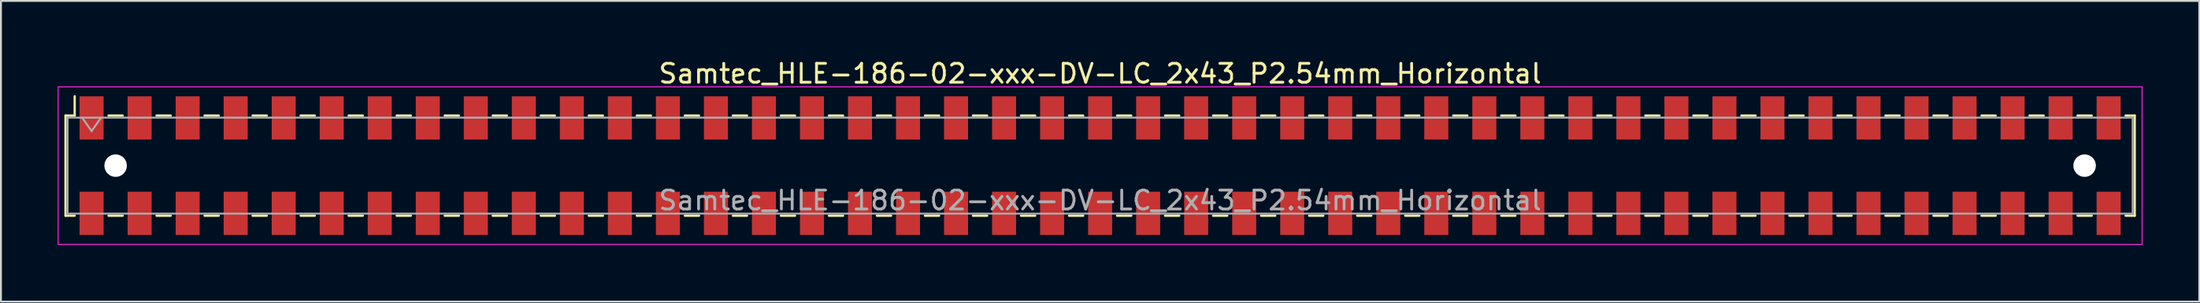
<source format=kicad_pcb>
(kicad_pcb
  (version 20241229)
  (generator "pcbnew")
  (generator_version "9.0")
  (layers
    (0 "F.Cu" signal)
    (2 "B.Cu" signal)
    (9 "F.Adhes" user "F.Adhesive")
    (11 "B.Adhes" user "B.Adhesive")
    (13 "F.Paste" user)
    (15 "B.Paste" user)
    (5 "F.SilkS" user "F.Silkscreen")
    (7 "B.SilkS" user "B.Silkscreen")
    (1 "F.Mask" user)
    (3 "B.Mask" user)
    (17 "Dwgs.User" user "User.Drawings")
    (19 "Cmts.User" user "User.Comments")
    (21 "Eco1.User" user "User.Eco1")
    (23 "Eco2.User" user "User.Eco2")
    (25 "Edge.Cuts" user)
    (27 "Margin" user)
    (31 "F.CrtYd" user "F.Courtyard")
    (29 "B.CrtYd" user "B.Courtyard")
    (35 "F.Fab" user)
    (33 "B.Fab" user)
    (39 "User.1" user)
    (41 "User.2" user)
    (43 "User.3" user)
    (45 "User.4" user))
  (footprint "Samtec_HLE-186-02-xxx-DV-LC_2x43_P2.54mm_Horizontal"
    (layer "F.Cu")
    (at 55.135 5.718)
    (property "Reference" "Samtec_HLE-186-02-xxx-DV-LC_2x43_P2.54mm_Horizontal" (at 0 -4.87 0) (layer "F.SilkS") (effects (font (size 1 1) (thickness 0.15))))
    (attr smd)
    (fp_line (start -54.72 -2.65) (end -54.72 2.65) (stroke (width 0.12) (type solid)) (layer "F.SilkS"))
    (fp_line (start -54.72 2.65) (end -54.235 2.65) (stroke (width 0.12) (type solid)) (layer "F.SilkS"))
    (fp_line (start -54.235 -3.67) (end -54.235 -2.65) (stroke (width 0.12) (type solid)) (layer "F.SilkS"))
    (fp_line (start -54.235 -2.65) (end -54.72 -2.65) (stroke (width 0.12) (type solid)) (layer "F.SilkS"))
    (fp_line (start -52.445 -2.65) (end -51.695 -2.65) (stroke (width 0.12) (type solid)) (layer "F.SilkS"))
    (fp_line (start -52.445 2.65) (end -51.695 2.65) (stroke (width 0.12) (type solid)) (layer "F.SilkS"))
    (fp_line (start -49.905 -2.65) (end -49.155 -2.65) (stroke (width 0.12) (type solid)) (layer "F.SilkS"))
    (fp_line (start -49.905 2.65) (end -49.155 2.65) (stroke (width 0.12) (type solid)) (layer "F.SilkS"))
    (fp_line (start -47.365 -2.65) (end -46.615 -2.65) (stroke (width 0.12) (type solid)) (layer "F.SilkS"))
    (fp_line (start -47.365 2.65) (end -46.615 2.65) (stroke (width 0.12) (type solid)) (layer "F.SilkS"))
    (fp_line (start -44.825 -2.65) (end -44.075 -2.65) (stroke (width 0.12) (type solid)) (layer "F.SilkS"))
    (fp_line (start -44.825 2.65) (end -44.075 2.65) (stroke (width 0.12) (type solid)) (layer "F.SilkS"))
    (fp_line (start -42.285 -2.65) (end -41.535 -2.65) (stroke (width 0.12) (type solid)) (layer "F.SilkS"))
    (fp_line (start -42.285 2.65) (end -41.535 2.65) (stroke (width 0.12) (type solid)) (layer "F.SilkS"))
    (fp_line (start -39.745 -2.65) (end -38.995 -2.65) (stroke (width 0.12) (type solid)) (layer "F.SilkS"))
    (fp_line (start -39.745 2.65) (end -38.995 2.65) (stroke (width 0.12) (type solid)) (layer "F.SilkS"))
    (fp_line (start -37.205 -2.65) (end -36.455 -2.65) (stroke (width 0.12) (type solid)) (layer "F.SilkS"))
    (fp_line (start -37.205 2.65) (end -36.455 2.65) (stroke (width 0.12) (type solid)) (layer "F.SilkS"))
    (fp_line (start -34.665 -2.65) (end -33.915 -2.65) (stroke (width 0.12) (type solid)) (layer "F.SilkS"))
    (fp_line (start -34.665 2.65) (end -33.915 2.65) (stroke (width 0.12) (type solid)) (layer "F.SilkS"))
    (fp_line (start -32.125 -2.65) (end -31.375 -2.65) (stroke (width 0.12) (type solid)) (layer "F.SilkS"))
    (fp_line (start -32.125 2.65) (end -31.375 2.65) (stroke (width 0.12) (type solid)) (layer "F.SilkS"))
    (fp_line (start -29.585 -2.65) (end -28.835 -2.65) (stroke (width 0.12) (type solid)) (layer "F.SilkS"))
    (fp_line (start -29.585 2.65) (end -28.835 2.65) (stroke (width 0.12) (type solid)) (layer "F.SilkS"))
    (fp_line (start -27.045 -2.65) (end -26.295 -2.65) (stroke (width 0.12) (type solid)) (layer "F.SilkS"))
    (fp_line (start -27.045 2.65) (end -26.295 2.65) (stroke (width 0.12) (type solid)) (layer "F.SilkS"))
    (fp_line (start -24.505 -2.65) (end -23.755 -2.65) (stroke (width 0.12) (type solid)) (layer "F.SilkS"))
    (fp_line (start -24.505 2.65) (end -23.755 2.65) (stroke (width 0.12) (type solid)) (layer "F.SilkS"))
    (fp_line (start -21.965 -2.65) (end -21.215 -2.65) (stroke (width 0.12) (type solid)) (layer "F.SilkS"))
    (fp_line (start -21.965 2.65) (end -21.215 2.65) (stroke (width 0.12) (type solid)) (layer "F.SilkS"))
    (fp_line (start -19.425 -2.65) (end -18.675 -2.65) (stroke (width 0.12) (type solid)) (layer "F.SilkS"))
    (fp_line (start -19.425 2.65) (end -18.675 2.65) (stroke (width 0.12) (type solid)) (layer "F.SilkS"))
    (fp_line (start -16.885 -2.65) (end -16.135 -2.65) (stroke (width 0.12) (type solid)) (layer "F.SilkS"))
    (fp_line (start -16.885 2.65) (end -16.135 2.65) (stroke (width 0.12) (type solid)) (layer "F.SilkS"))
    (fp_line (start -14.345 -2.65) (end -13.595 -2.65) (stroke (width 0.12) (type solid)) (layer "F.SilkS"))
    (fp_line (start -14.345 2.65) (end -13.595 2.65) (stroke (width 0.12) (type solid)) (layer "F.SilkS"))
    (fp_line (start -11.805 -2.65) (end -11.055 -2.65) (stroke (width 0.12) (type solid)) (layer "F.SilkS"))
    (fp_line (start -11.805 2.65) (end -11.055 2.65) (stroke (width 0.12) (type solid)) (layer "F.SilkS"))
    (fp_line (start -9.265 -2.65) (end -8.515 -2.65) (stroke (width 0.12) (type solid)) (layer "F.SilkS"))
    (fp_line (start -9.265 2.65) (end -8.515 2.65) (stroke (width 0.12) (type solid)) (layer "F.SilkS"))
    (fp_line (start -6.725 -2.65) (end -5.975 -2.65) (stroke (width 0.12) (type solid)) (layer "F.SilkS"))
    (fp_line (start -6.725 2.65) (end -5.975 2.65) (stroke (width 0.12) (type solid)) (layer "F.SilkS"))
    (fp_line (start -4.185 -2.65) (end -3.435 -2.65) (stroke (width 0.12) (type solid)) (layer "F.SilkS"))
    (fp_line (start -4.185 2.65) (end -3.435 2.65) (stroke (width 0.12) (type solid)) (layer "F.SilkS"))
    (fp_line (start -1.645 -2.65) (end -0.895 -2.65) (stroke (width 0.12) (type solid)) (layer "F.SilkS"))
    (fp_line (start -1.645 2.65) (end -0.895 2.65) (stroke (width 0.12) (type solid)) (layer "F.SilkS"))
    (fp_line (start 0.895 -2.65) (end 1.645 -2.65) (stroke (width 0.12) (type solid)) (layer "F.SilkS"))
    (fp_line (start 0.895 2.65) (end 1.645 2.65) (stroke (width 0.12) (type solid)) (layer "F.SilkS"))
    (fp_line (start 3.435 -2.65) (end 4.185 -2.65) (stroke (width 0.12) (type solid)) (layer "F.SilkS"))
    (fp_line (start 3.435 2.65) (end 4.185 2.65) (stroke (width 0.12) (type solid)) (layer "F.SilkS"))
    (fp_line (start 5.975 -2.65) (end 6.725 -2.65) (stroke (width 0.12) (type solid)) (layer "F.SilkS"))
    (fp_line (start 5.975 2.65) (end 6.725 2.65) (stroke (width 0.12) (type solid)) (layer "F.SilkS"))
    (fp_line (start 8.515 -2.65) (end 9.265 -2.65) (stroke (width 0.12) (type solid)) (layer "F.SilkS"))
    (fp_line (start 8.515 2.65) (end 9.265 2.65) (stroke (width 0.12) (type solid)) (layer "F.SilkS"))
    (fp_line (start 11.055 -2.65) (end 11.805 -2.65) (stroke (width 0.12) (type solid)) (layer "F.SilkS"))
    (fp_line (start 11.055 2.65) (end 11.805 2.65) (stroke (width 0.12) (type solid)) (layer "F.SilkS"))
    (fp_line (start 13.595 -2.65) (end 14.345 -2.65) (stroke (width 0.12) (type solid)) (layer "F.SilkS"))
    (fp_line (start 13.595 2.65) (end 14.345 2.65) (stroke (width 0.12) (type solid)) (layer "F.SilkS"))
    (fp_line (start 16.135 -2.65) (end 16.885 -2.65) (stroke (width 0.12) (type solid)) (layer "F.SilkS"))
    (fp_line (start 16.135 2.65) (end 16.885 2.65) (stroke (width 0.12) (type solid)) (layer "F.SilkS"))
    (fp_line (start 18.675 -2.65) (end 19.425 -2.65) (stroke (width 0.12) (type solid)) (layer "F.SilkS"))
    (fp_line (start 18.675 2.65) (end 19.425 2.65) (stroke (width 0.12) (type solid)) (layer "F.SilkS"))
    (fp_line (start 21.215 -2.65) (end 21.965 -2.65) (stroke (width 0.12) (type solid)) (layer "F.SilkS"))
    (fp_line (start 21.215 2.65) (end 21.965 2.65) (stroke (width 0.12) (type solid)) (layer "F.SilkS"))
    (fp_line (start 23.755 -2.65) (end 24.505 -2.65) (stroke (width 0.12) (type solid)) (layer "F.SilkS"))
    (fp_line (start 23.755 2.65) (end 24.505 2.65) (stroke (width 0.12) (type solid)) (layer "F.SilkS"))
    (fp_line (start 26.295 -2.65) (end 27.045 -2.65) (stroke (width 0.12) (type solid)) (layer "F.SilkS"))
    (fp_line (start 26.295 2.65) (end 27.045 2.65) (stroke (width 0.12) (type solid)) (layer "F.SilkS"))
    (fp_line (start 28.835 -2.65) (end 29.585 -2.65) (stroke (width 0.12) (type solid)) (layer "F.SilkS"))
    (fp_line (start 28.835 2.65) (end 29.585 2.65) (stroke (width 0.12) (type solid)) (layer "F.SilkS"))
    (fp_line (start 31.375 -2.65) (end 32.125 -2.65) (stroke (width 0.12) (type solid)) (layer "F.SilkS"))
    (fp_line (start 31.375 2.65) (end 32.125 2.65) (stroke (width 0.12) (type solid)) (layer "F.SilkS"))
    (fp_line (start 33.915 -2.65) (end 34.665 -2.65) (stroke (width 0.12) (type solid)) (layer "F.SilkS"))
    (fp_line (start 33.915 2.65) (end 34.665 2.65) (stroke (width 0.12) (type solid)) (layer "F.SilkS"))
    (fp_line (start 36.455 -2.65) (end 37.205 -2.65) (stroke (width 0.12) (type solid)) (layer "F.SilkS"))
    (fp_line (start 36.455 2.65) (end 37.205 2.65) (stroke (width 0.12) (type solid)) (layer "F.SilkS"))
    (fp_line (start 38.995 -2.65) (end 39.745 -2.65) (stroke (width 0.12) (type solid)) (layer "F.SilkS"))
    (fp_line (start 38.995 2.65) (end 39.745 2.65) (stroke (width 0.12) (type solid)) (layer "F.SilkS"))
    (fp_line (start 41.535 -2.65) (end 42.285 -2.65) (stroke (width 0.12) (type solid)) (layer "F.SilkS"))
    (fp_line (start 41.535 2.65) (end 42.285 2.65) (stroke (width 0.12) (type solid)) (layer "F.SilkS"))
    (fp_line (start 44.075 -2.65) (end 44.825 -2.65) (stroke (width 0.12) (type solid)) (layer "F.SilkS"))
    (fp_line (start 44.075 2.65) (end 44.825 2.65) (stroke (width 0.12) (type solid)) (layer "F.SilkS"))
    (fp_line (start 46.615 -2.65) (end 47.365 -2.65) (stroke (width 0.12) (type solid)) (layer "F.SilkS"))
    (fp_line (start 46.615 2.65) (end 47.365 2.65) (stroke (width 0.12) (type solid)) (layer "F.SilkS"))
    (fp_line (start 49.155 -2.65) (end 49.905 -2.65) (stroke (width 0.12) (type solid)) (layer "F.SilkS"))
    (fp_line (start 49.155 2.65) (end 49.905 2.65) (stroke (width 0.12) (type solid)) (layer "F.SilkS"))
    (fp_line (start 51.695 -2.65) (end 52.445 -2.65) (stroke (width 0.12) (type solid)) (layer "F.SilkS"))
    (fp_line (start 51.695 2.65) (end 52.445 2.65) (stroke (width 0.12) (type solid)) (layer "F.SilkS"))
    (fp_line (start 54.235 -2.65) (end 54.72 -2.65) (stroke (width 0.12) (type solid)) (layer "F.SilkS"))
    (fp_line (start 54.72 -2.65) (end 54.72 2.65) (stroke (width 0.12) (type solid)) (layer "F.SilkS"))
    (fp_line (start 54.72 2.65) (end 54.235 2.65) (stroke (width 0.12) (type solid)) (layer "F.SilkS"))
    (fp_line (start -55.11 -4.17) (end 55.11 -4.17) (stroke (width 0.05) (type solid)) (layer "F.CrtYd"))
    (fp_line (start -55.11 4.17) (end -55.11 -4.17) (stroke (width 0.05) (type solid)) (layer "F.CrtYd"))
    (fp_line (start 55.11 -4.17) (end 55.11 4.17) (stroke (width 0.05) (type solid)) (layer "F.CrtYd"))
    (fp_line (start 55.11 4.17) (end -55.11 4.17) (stroke (width 0.05) (type solid)) (layer "F.CrtYd"))
    (fp_line (start -54.61 -2.54) (end 54.61 -2.54) (stroke (width 0.1) (type solid)) (layer "F.Fab"))
    (fp_line (start -54.61 2.54) (end -54.61 -2.54) (stroke (width 0.1) (type solid)) (layer "F.Fab"))
    (fp_line (start -53.84 -2.54) (end -53.34 -1.833) (stroke (width 0.1) (type solid)) (layer "F.Fab"))
    (fp_line (start -53.34 -1.833) (end -52.84 -2.54) (stroke (width 0.1) (type solid)) (layer "F.Fab"))
    (fp_line (start 54.61 -2.54) (end 54.61 2.54) (stroke (width 0.1) (type solid)) (layer "F.Fab"))
    (fp_line (start 54.61 2.54) (end -54.61 2.54) (stroke (width 0.1) (type solid)) (layer "F.Fab"))
    (fp_text user "${REFERENCE}" (at 0 1.84 0) (layer "F.Fab") (effects (font (size 1 1) (thickness 0.15))))
    (pad "" np_thru_hole circle (at -52.07 0) (size 1.19 1.19) (drill 1.19) (layers "*.Cu" "*.Mask"))
    (pad "" np_thru_hole circle (at 52.07 0) (size 1.19 1.19) (drill 1.19) (layers "*.Cu" "*.Mask"))
    (pad "1" smd rect (at -53.34 -2.525) (size 1.27 2.29) (layers "F.Cu" "F.Mask" "F.Paste"))
    (pad "2" smd rect (at -53.34 2.525) (size 1.27 2.29) (layers "F.Cu" "F.Mask" "F.Paste"))
    (pad "3" smd rect (at -50.8 -2.525) (size 1.27 2.29) (layers "F.Cu" "F.Mask" "F.Paste"))
    (pad "4" smd rect (at -50.8 2.525) (size 1.27 2.29) (layers "F.Cu" "F.Mask" "F.Paste"))
    (pad "5" smd rect (at -48.26 -2.525) (size 1.27 2.29) (layers "F.Cu" "F.Mask" "F.Paste"))
    (pad "6" smd rect (at -48.26 2.525) (size 1.27 2.29) (layers "F.Cu" "F.Mask" "F.Paste"))
    (pad "7" smd rect (at -45.72 -2.525) (size 1.27 2.29) (layers "F.Cu" "F.Mask" "F.Paste"))
    (pad "8" smd rect (at -45.72 2.525) (size 1.27 2.29) (layers "F.Cu" "F.Mask" "F.Paste"))
    (pad "9" smd rect (at -43.18 -2.525) (size 1.27 2.29) (layers "F.Cu" "F.Mask" "F.Paste"))
    (pad "10" smd rect (at -43.18 2.525) (size 1.27 2.29) (layers "F.Cu" "F.Mask" "F.Paste"))
    (pad "11" smd rect (at -40.64 -2.525) (size 1.27 2.29) (layers "F.Cu" "F.Mask" "F.Paste"))
    (pad "12" smd rect (at -40.64 2.525) (size 1.27 2.29) (layers "F.Cu" "F.Mask" "F.Paste"))
    (pad "13" smd rect (at -38.1 -2.525) (size 1.27 2.29) (layers "F.Cu" "F.Mask" "F.Paste"))
    (pad "14" smd rect (at -38.1 2.525) (size 1.27 2.29) (layers "F.Cu" "F.Mask" "F.Paste"))
    (pad "15" smd rect (at -35.56 -2.525) (size 1.27 2.29) (layers "F.Cu" "F.Mask" "F.Paste"))
    (pad "16" smd rect (at -35.56 2.525) (size 1.27 2.29) (layers "F.Cu" "F.Mask" "F.Paste"))
    (pad "17" smd rect (at -33.02 -2.525) (size 1.27 2.29) (layers "F.Cu" "F.Mask" "F.Paste"))
    (pad "18" smd rect (at -33.02 2.525) (size 1.27 2.29) (layers "F.Cu" "F.Mask" "F.Paste"))
    (pad "19" smd rect (at -30.48 -2.525) (size 1.27 2.29) (layers "F.Cu" "F.Mask" "F.Paste"))
    (pad "20" smd rect (at -30.48 2.525) (size 1.27 2.29) (layers "F.Cu" "F.Mask" "F.Paste"))
    (pad "21" smd rect (at -27.94 -2.525) (size 1.27 2.29) (layers "F.Cu" "F.Mask" "F.Paste"))
    (pad "22" smd rect (at -27.94 2.525) (size 1.27 2.29) (layers "F.Cu" "F.Mask" "F.Paste"))
    (pad "23" smd rect (at -25.4 -2.525) (size 1.27 2.29) (layers "F.Cu" "F.Mask" "F.Paste"))
    (pad "24" smd rect (at -25.4 2.525) (size 1.27 2.29) (layers "F.Cu" "F.Mask" "F.Paste"))
    (pad "25" smd rect (at -22.86 -2.525) (size 1.27 2.29) (layers "F.Cu" "F.Mask" "F.Paste"))
    (pad "26" smd rect (at -22.86 2.525) (size 1.27 2.29) (layers "F.Cu" "F.Mask" "F.Paste"))
    (pad "27" smd rect (at -20.32 -2.525) (size 1.27 2.29) (layers "F.Cu" "F.Mask" "F.Paste"))
    (pad "28" smd rect (at -20.32 2.525) (size 1.27 2.29) (layers "F.Cu" "F.Mask" "F.Paste"))
    (pad "29" smd rect (at -17.78 -2.525) (size 1.27 2.29) (layers "F.Cu" "F.Mask" "F.Paste"))
    (pad "30" smd rect (at -17.78 2.525) (size 1.27 2.29) (layers "F.Cu" "F.Mask" "F.Paste"))
    (pad "31" smd rect (at -15.24 -2.525) (size 1.27 2.29) (layers "F.Cu" "F.Mask" "F.Paste"))
    (pad "32" smd rect (at -15.24 2.525) (size 1.27 2.29) (layers "F.Cu" "F.Mask" "F.Paste"))
    (pad "33" smd rect (at -12.7 -2.525) (size 1.27 2.29) (layers "F.Cu" "F.Mask" "F.Paste"))
    (pad "34" smd rect (at -12.7 2.525) (size 1.27 2.29) (layers "F.Cu" "F.Mask" "F.Paste"))
    (pad "35" smd rect (at -10.16 -2.525) (size 1.27 2.29) (layers "F.Cu" "F.Mask" "F.Paste"))
    (pad "36" smd rect (at -10.16 2.525) (size 1.27 2.29) (layers "F.Cu" "F.Mask" "F.Paste"))
    (pad "37" smd rect (at -7.62 -2.525) (size 1.27 2.29) (layers "F.Cu" "F.Mask" "F.Paste"))
    (pad "38" smd rect (at -7.62 2.525) (size 1.27 2.29) (layers "F.Cu" "F.Mask" "F.Paste"))
    (pad "39" smd rect (at -5.08 -2.525) (size 1.27 2.29) (layers "F.Cu" "F.Mask" "F.Paste"))
    (pad "40" smd rect (at -5.08 2.525) (size 1.27 2.29) (layers "F.Cu" "F.Mask" "F.Paste"))
    (pad "41" smd rect (at -2.54 -2.525) (size 1.27 2.29) (layers "F.Cu" "F.Mask" "F.Paste"))
    (pad "42" smd rect (at -2.54 2.525) (size 1.27 2.29) (layers "F.Cu" "F.Mask" "F.Paste"))
    (pad "43" smd rect (at 0 -2.525) (size 1.27 2.29) (layers "F.Cu" "F.Mask" "F.Paste"))
    (pad "44" smd rect (at 0 2.525) (size 1.27 2.29) (layers "F.Cu" "F.Mask" "F.Paste"))
    (pad "45" smd rect (at 2.54 -2.525) (size 1.27 2.29) (layers "F.Cu" "F.Mask" "F.Paste"))
    (pad "46" smd rect (at 2.54 2.525) (size 1.27 2.29) (layers "F.Cu" "F.Mask" "F.Paste"))
    (pad "47" smd rect (at 5.08 -2.525) (size 1.27 2.29) (layers "F.Cu" "F.Mask" "F.Paste"))
    (pad "48" smd rect (at 5.08 2.525) (size 1.27 2.29) (layers "F.Cu" "F.Mask" "F.Paste"))
    (pad "49" smd rect (at 7.62 -2.525) (size 1.27 2.29) (layers "F.Cu" "F.Mask" "F.Paste"))
    (pad "50" smd rect (at 7.62 2.525) (size 1.27 2.29) (layers "F.Cu" "F.Mask" "F.Paste"))
    (pad "51" smd rect (at 10.16 -2.525) (size 1.27 2.29) (layers "F.Cu" "F.Mask" "F.Paste"))
    (pad "52" smd rect (at 10.16 2.525) (size 1.27 2.29) (layers "F.Cu" "F.Mask" "F.Paste"))
    (pad "53" smd rect (at 12.7 -2.525) (size 1.27 2.29) (layers "F.Cu" "F.Mask" "F.Paste"))
    (pad "54" smd rect (at 12.7 2.525) (size 1.27 2.29) (layers "F.Cu" "F.Mask" "F.Paste"))
    (pad "55" smd rect (at 15.24 -2.525) (size 1.27 2.29) (layers "F.Cu" "F.Mask" "F.Paste"))
    (pad "56" smd rect (at 15.24 2.525) (size 1.27 2.29) (layers "F.Cu" "F.Mask" "F.Paste"))
    (pad "57" smd rect (at 17.78 -2.525) (size 1.27 2.29) (layers "F.Cu" "F.Mask" "F.Paste"))
    (pad "58" smd rect (at 17.78 2.525) (size 1.27 2.29) (layers "F.Cu" "F.Mask" "F.Paste"))
    (pad "59" smd rect (at 20.32 -2.525) (size 1.27 2.29) (layers "F.Cu" "F.Mask" "F.Paste"))
    (pad "60" smd rect (at 20.32 2.525) (size 1.27 2.29) (layers "F.Cu" "F.Mask" "F.Paste"))
    (pad "61" smd rect (at 22.86 -2.525) (size 1.27 2.29) (layers "F.Cu" "F.Mask" "F.Paste"))
    (pad "62" smd rect (at 22.86 2.525) (size 1.27 2.29) (layers "F.Cu" "F.Mask" "F.Paste"))
    (pad "63" smd rect (at 25.4 -2.525) (size 1.27 2.29) (layers "F.Cu" "F.Mask" "F.Paste"))
    (pad "64" smd rect (at 25.4 2.525) (size 1.27 2.29) (layers "F.Cu" "F.Mask" "F.Paste"))
    (pad "65" smd rect (at 27.94 -2.525) (size 1.27 2.29) (layers "F.Cu" "F.Mask" "F.Paste"))
    (pad "66" smd rect (at 27.94 2.525) (size 1.27 2.29) (layers "F.Cu" "F.Mask" "F.Paste"))
    (pad "67" smd rect (at 30.48 -2.525) (size 1.27 2.29) (layers "F.Cu" "F.Mask" "F.Paste"))
    (pad "68" smd rect (at 30.48 2.525) (size 1.27 2.29) (layers "F.Cu" "F.Mask" "F.Paste"))
    (pad "69" smd rect (at 33.02 -2.525) (size 1.27 2.29) (layers "F.Cu" "F.Mask" "F.Paste"))
    (pad "70" smd rect (at 33.02 2.525) (size 1.27 2.29) (layers "F.Cu" "F.Mask" "F.Paste"))
    (pad "71" smd rect (at 35.56 -2.525) (size 1.27 2.29) (layers "F.Cu" "F.Mask" "F.Paste"))
    (pad "72" smd rect (at 35.56 2.525) (size 1.27 2.29) (layers "F.Cu" "F.Mask" "F.Paste"))
    (pad "73" smd rect (at 38.1 -2.525) (size 1.27 2.29) (layers "F.Cu" "F.Mask" "F.Paste"))
    (pad "74" smd rect (at 38.1 2.525) (size 1.27 2.29) (layers "F.Cu" "F.Mask" "F.Paste"))
    (pad "75" smd rect (at 40.64 -2.525) (size 1.27 2.29) (layers "F.Cu" "F.Mask" "F.Paste"))
    (pad "76" smd rect (at 40.64 2.525) (size 1.27 2.29) (layers "F.Cu" "F.Mask" "F.Paste"))
    (pad "77" smd rect (at 43.18 -2.525) (size 1.27 2.29) (layers "F.Cu" "F.Mask" "F.Paste"))
    (pad "78" smd rect (at 43.18 2.525) (size 1.27 2.29) (layers "F.Cu" "F.Mask" "F.Paste"))
    (pad "79" smd rect (at 45.72 -2.525) (size 1.27 2.29) (layers "F.Cu" "F.Mask" "F.Paste"))
    (pad "80" smd rect (at 45.72 2.525) (size 1.27 2.29) (layers "F.Cu" "F.Mask" "F.Paste"))
    (pad "81" smd rect (at 48.26 -2.525) (size 1.27 2.29) (layers "F.Cu" "F.Mask" "F.Paste"))
    (pad "82" smd rect (at 48.26 2.525) (size 1.27 2.29) (layers "F.Cu" "F.Mask" "F.Paste"))
    (pad "83" smd rect (at 50.8 -2.525) (size 1.27 2.29) (layers "F.Cu" "F.Mask" "F.Paste"))
    (pad "84" smd rect (at 50.8 2.525) (size 1.27 2.29) (layers "F.Cu" "F.Mask" "F.Paste"))
    (pad "85" smd rect (at 53.34 -2.525) (size 1.27 2.29) (layers "F.Cu" "F.Mask" "F.Paste"))
    (pad "86" smd rect (at 53.34 2.525) (size 1.27 2.29) (layers "F.Cu" "F.Mask" "F.Paste")))
  (gr_rect
    (start -3 -3)
    (end 113.27 12.913)
    (stroke (width 0.1) (type default))
    (fill no)
    (layer "Edge.Cuts")))
</source>
